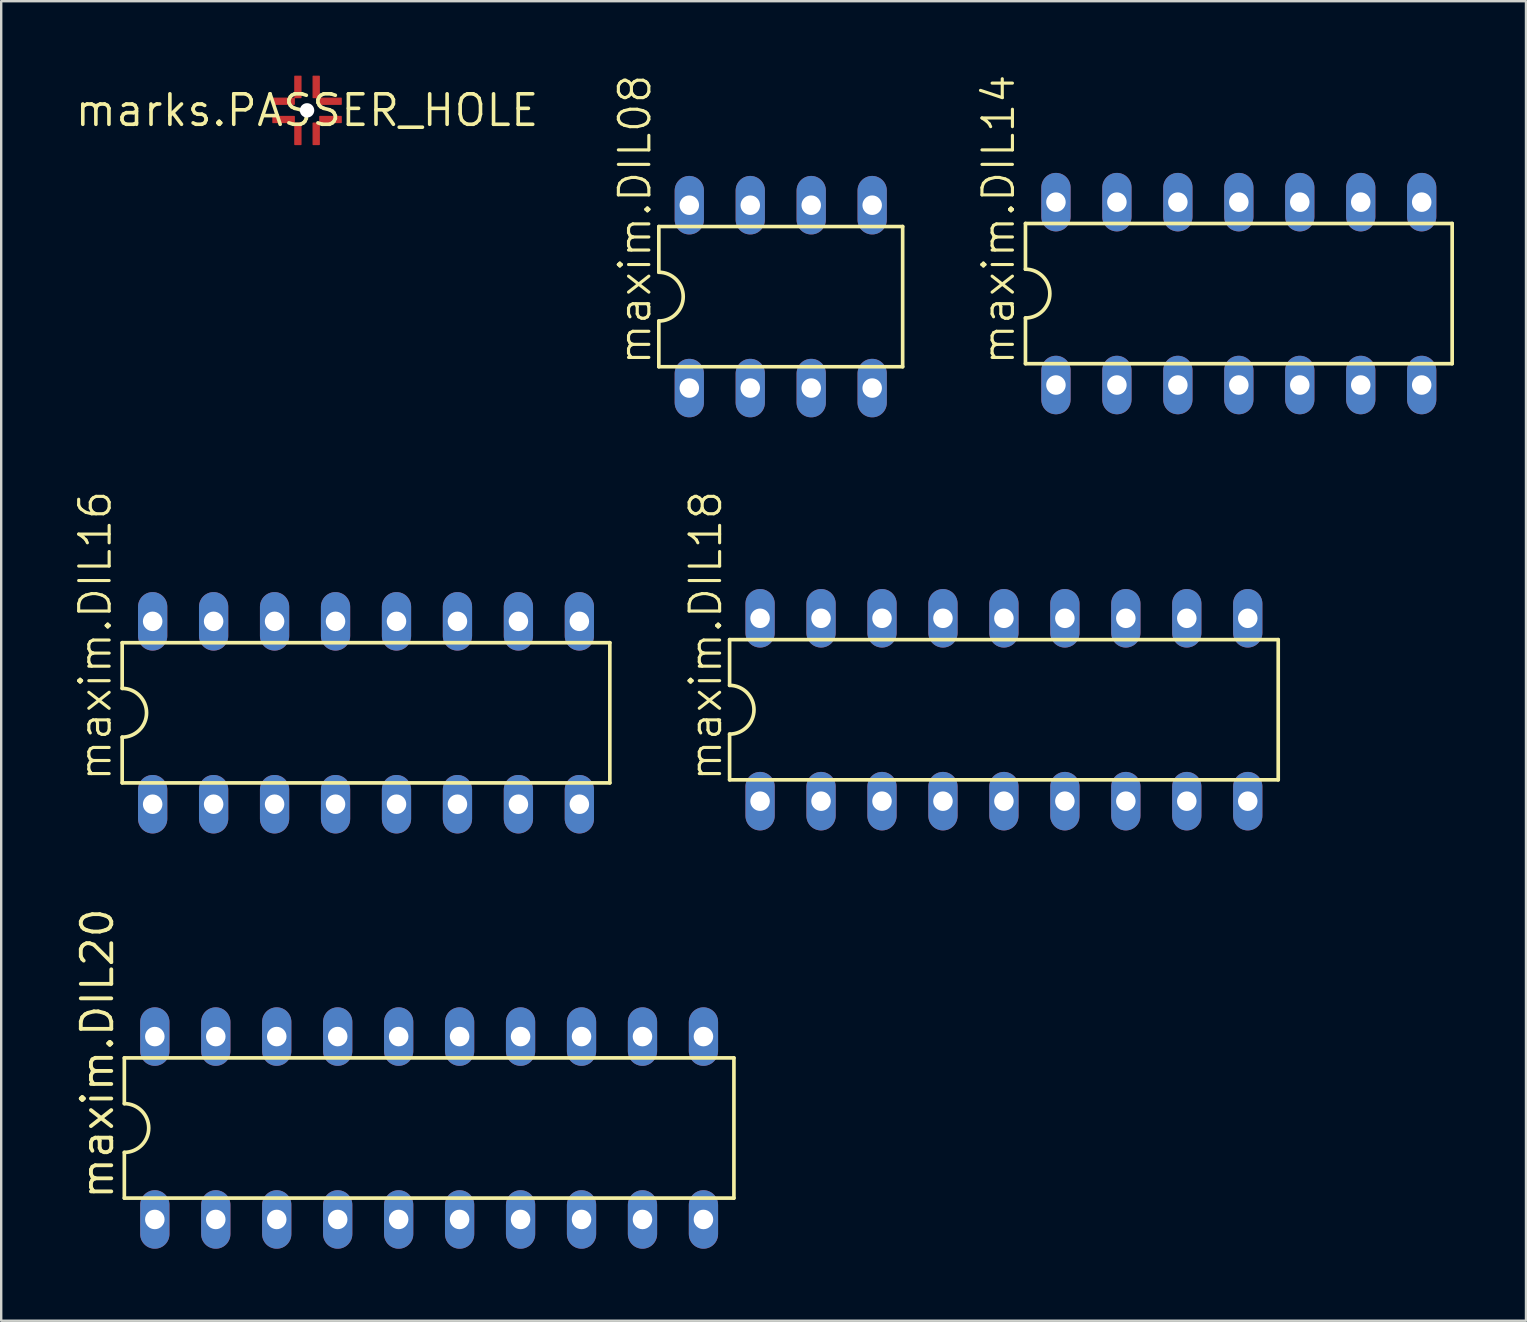
<source format=kicad_pcb>
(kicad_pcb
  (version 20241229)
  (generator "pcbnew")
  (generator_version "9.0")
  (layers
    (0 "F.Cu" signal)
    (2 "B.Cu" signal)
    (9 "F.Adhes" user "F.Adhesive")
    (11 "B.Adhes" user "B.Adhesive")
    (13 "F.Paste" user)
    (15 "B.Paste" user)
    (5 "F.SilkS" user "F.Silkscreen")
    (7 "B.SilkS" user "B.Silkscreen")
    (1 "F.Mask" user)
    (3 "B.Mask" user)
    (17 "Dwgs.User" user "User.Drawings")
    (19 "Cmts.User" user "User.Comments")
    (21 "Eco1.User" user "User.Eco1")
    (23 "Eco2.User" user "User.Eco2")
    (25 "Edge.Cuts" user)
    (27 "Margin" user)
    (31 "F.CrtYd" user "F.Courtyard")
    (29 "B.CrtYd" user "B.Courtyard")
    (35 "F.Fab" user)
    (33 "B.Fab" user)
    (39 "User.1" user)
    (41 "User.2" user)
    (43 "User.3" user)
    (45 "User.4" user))
  (footprint "maxim.DIL08"
    (layer "F.Cu")
    (at 29.482 9.31)
    (property "Reference" "maxim.DIL08" (at -5.334 2.921 90) (layer "F.SilkS") (effects (font (size 1.27 1.27) (thickness 0.13)) (justify left bottom)))
    (attr through_hole)
    (fp_line (start -5.08 -2.921) (end -5.08 -1.016) (stroke (width 0.152) (type default)) (layer "F.SilkS"))
    (fp_line (start -5.08 2.921) (end -5.08 1.016) (stroke (width 0.152) (type default)) (layer "F.SilkS"))
    (fp_line (start -5.08 2.921) (end 5.08 2.921) (stroke (width 0.152) (type default)) (layer "F.SilkS"))
    (fp_line (start 5.08 -2.921) (end -5.08 -2.921) (stroke (width 0.152) (type default)) (layer "F.SilkS"))
    (fp_line (start 5.08 -2.921) (end 5.08 2.921) (stroke (width 0.152) (type default)) (layer "F.SilkS"))
    (fp_arc (start -5.08 -1.016) (mid -4.064 0) (end -5.08 1.016) (stroke (width 0.1524) (type default)) (layer "F.SilkS"))
    (pad "1" thru_hole oval (at -3.81 3.81 90) (size 2.438 1.219) (drill 0.813) (layers "*.Cu" "*.Mask"))
    (pad "2" thru_hole oval (at -1.27 3.81 90) (size 2.438 1.219) (drill 0.813) (layers "*.Cu" "*.Mask"))
    (pad "3" thru_hole oval (at 1.27 3.81 90) (size 2.438 1.219) (drill 0.813) (layers "*.Cu" "*.Mask"))
    (pad "4" thru_hole oval (at 3.81 3.81 90) (size 2.438 1.219) (drill 0.813) (layers "*.Cu" "*.Mask"))
    (pad "5" thru_hole oval (at 3.81 -3.81 90) (size 2.438 1.219) (drill 0.813) (layers "*.Cu" "*.Mask"))
    (pad "6" thru_hole oval (at 1.27 -3.81 90) (size 2.438 1.219) (drill 0.813) (layers "*.Cu" "*.Mask"))
    (pad "7" thru_hole oval (at -1.27 -3.81 90) (size 2.438 1.219) (drill 0.813) (layers "*.Cu" "*.Mask"))
    (pad "8" thru_hole oval (at -3.81 -3.81 90) (size 2.438 1.219) (drill 0.813) (layers "*.Cu" "*.Mask")))
  (footprint "maxim.DIL16"
    (layer "F.Cu")
    (at 12.201 26.65)
    (property "Reference" "maxim.DIL16" (at -10.541 2.921 90) (layer "F.SilkS") (effects (font (size 1.27 1.27) (thickness 0.13)) (justify left bottom)))
    (attr through_hole)
    (fp_line (start -10.16 -2.921) (end -10.16 -1.016) (stroke (width 0.152) (type default)) (layer "F.SilkS"))
    (fp_line (start -10.16 2.921) (end -10.16 1.016) (stroke (width 0.152) (type default)) (layer "F.SilkS"))
    (fp_line (start -10.16 2.921) (end 10.16 2.921) (stroke (width 0.152) (type default)) (layer "F.SilkS"))
    (fp_line (start 10.16 -2.921) (end -10.16 -2.921) (stroke (width 0.152) (type default)) (layer "F.SilkS"))
    (fp_line (start 10.16 -2.921) (end 10.16 2.921) (stroke (width 0.152) (type default)) (layer "F.SilkS"))
    (fp_arc (start -10.16 -1.016) (mid -9.144 0) (end -10.16 1.016) (stroke (width 0.1524) (type default)) (layer "F.SilkS"))
    (pad "1" thru_hole oval (at -8.89 3.81 90) (size 2.438 1.219) (drill 0.813) (layers "*.Cu" "*.Mask"))
    (pad "2" thru_hole oval (at -6.35 3.81 90) (size 2.438 1.219) (drill 0.813) (layers "*.Cu" "*.Mask"))
    (pad "3" thru_hole oval (at -3.81 3.81 90) (size 2.438 1.219) (drill 0.813) (layers "*.Cu" "*.Mask"))
    (pad "4" thru_hole oval (at -1.27 3.81 90) (size 2.438 1.219) (drill 0.813) (layers "*.Cu" "*.Mask"))
    (pad "5" thru_hole oval (at 1.27 3.81 90) (size 2.438 1.219) (drill 0.813) (layers "*.Cu" "*.Mask"))
    (pad "6" thru_hole oval (at 3.81 3.81 90) (size 2.438 1.219) (drill 0.813) (layers "*.Cu" "*.Mask"))
    (pad "7" thru_hole oval (at 6.35 3.81 90) (size 2.438 1.219) (drill 0.813) (layers "*.Cu" "*.Mask"))
    (pad "8" thru_hole oval (at 8.89 3.81 90) (size 2.438 1.219) (drill 0.813) (layers "*.Cu" "*.Mask"))
    (pad "9" thru_hole oval (at 8.89 -3.81 90) (size 2.438 1.219) (drill 0.813) (layers "*.Cu" "*.Mask"))
    (pad "10" thru_hole oval (at 6.35 -3.81 90) (size 2.438 1.219) (drill 0.813) (layers "*.Cu" "*.Mask"))
    (pad "11" thru_hole oval (at 3.81 -3.81 90) (size 2.438 1.219) (drill 0.813) (layers "*.Cu" "*.Mask"))
    (pad "12" thru_hole oval (at 1.27 -3.81 90) (size 2.438 1.219) (drill 0.813) (layers "*.Cu" "*.Mask"))
    (pad "13" thru_hole oval (at -1.27 -3.81 90) (size 2.438 1.219) (drill 0.813) (layers "*.Cu" "*.Mask"))
    (pad "14" thru_hole oval (at -3.81 -3.81 90) (size 2.438 1.219) (drill 0.813) (layers "*.Cu" "*.Mask"))
    (pad "15" thru_hole oval (at -6.35 -3.81 90) (size 2.438 1.219) (drill 0.813) (layers "*.Cu" "*.Mask"))
    (pad "16" thru_hole oval (at -8.89 -3.81 90) (size 2.438 1.219) (drill 0.813) (layers "*.Cu" "*.Mask")))
  (footprint "marks.PASSER_HOLE"
    (layer "F.Cu")
    (at 9.744 1.549)
    (property "Reference" "marks.PASSER_HOLE" (at 0 0 0) (layer "F.SilkS") (effects (font (size 1.27 1.27) (thickness 0.15))))
    (fp_rect (start -1.422 -0.254) (end -0.533 -0.508) (stroke (width 0.05) (type default)) (fill yes) (layer "F.Cu"))
    (fp_rect (start -1.422 0.508) (end -0.533 0.254) (stroke (width 0.05) (type default)) (fill yes) (layer "F.Cu"))
    (fp_rect (start -0.508 -0.533) (end -0.254 -1.422) (stroke (width 0.05) (type default)) (fill yes) (layer "F.Cu"))
    (fp_rect (start -0.508 1.422) (end -0.254 0.533) (stroke (width 0.05) (type default)) (fill yes) (layer "F.Cu"))
    (fp_rect (start 0.254 -0.533) (end 0.508 -1.422) (stroke (width 0.05) (type default)) (fill yes) (layer "F.Cu"))
    (fp_rect (start 0.254 1.422) (end 0.508 0.533) (stroke (width 0.05) (type default)) (fill yes) (layer "F.Cu"))
    (fp_rect (start 0.533 -0.254) (end 1.422 -0.508) (stroke (width 0.05) (type default)) (fill yes) (layer "F.Cu"))
    (fp_rect (start 0.533 0.508) (end 1.422 0.254) (stroke (width 0.05) (type default)) (fill yes) (layer "F.Cu"))
    (fp_rect (start -1.524 1.524) (end 1.524 -1.524) (stroke (width 0.05) (type default)) (fill yes) (layer "F.Mask"))
    (pad "" np_thru_hole circle (at 0 0) (size 0.6 0.6) (drill 0.6) (layers "*.Cu" "*.Mask")))
  (footprint "maxim.DIL14"
    (layer "F.Cu")
    (at 48.569 9.183)
    (property "Reference" "maxim.DIL14" (at -9.271 3.048 90) (layer "F.SilkS") (effects (font (size 1.27 1.27) (thickness 0.13)) (justify left bottom)))
    (attr through_hole)
    (fp_line (start -8.89 -2.921) (end -8.89 -1.016) (stroke (width 0.152) (type default)) (layer "F.SilkS"))
    (fp_line (start -8.89 2.921) (end -8.89 1.016) (stroke (width 0.152) (type default)) (layer "F.SilkS"))
    (fp_line (start -8.89 2.921) (end 8.89 2.921) (stroke (width 0.152) (type default)) (layer "F.SilkS"))
    (fp_line (start 8.89 -2.921) (end -8.89 -2.921) (stroke (width 0.152) (type default)) (layer "F.SilkS"))
    (fp_line (start 8.89 -2.921) (end 8.89 2.921) (stroke (width 0.152) (type default)) (layer "F.SilkS"))
    (fp_arc (start -8.89 -1.016) (mid -7.874 0) (end -8.89 1.016) (stroke (width 0.1524) (type default)) (layer "F.SilkS"))
    (pad "1" thru_hole oval (at -7.62 3.81 90) (size 2.438 1.219) (drill 0.813) (layers "*.Cu" "*.Mask"))
    (pad "2" thru_hole oval (at -5.08 3.81 90) (size 2.438 1.219) (drill 0.813) (layers "*.Cu" "*.Mask"))
    (pad "3" thru_hole oval (at -2.54 3.81 90) (size 2.438 1.219) (drill 0.813) (layers "*.Cu" "*.Mask"))
    (pad "4" thru_hole oval (at 0 3.81 90) (size 2.438 1.219) (drill 0.813) (layers "*.Cu" "*.Mask"))
    (pad "5" thru_hole oval (at 2.54 3.81 90) (size 2.438 1.219) (drill 0.813) (layers "*.Cu" "*.Mask"))
    (pad "6" thru_hole oval (at 5.08 3.81 90) (size 2.438 1.219) (drill 0.813) (layers "*.Cu" "*.Mask"))
    (pad "7" thru_hole oval (at 7.62 3.81 90) (size 2.438 1.219) (drill 0.813) (layers "*.Cu" "*.Mask"))
    (pad "8" thru_hole oval (at 7.62 -3.81 90) (size 2.438 1.219) (drill 0.813) (layers "*.Cu" "*.Mask"))
    (pad "9" thru_hole oval (at 5.08 -3.81 90) (size 2.438 1.219) (drill 0.813) (layers "*.Cu" "*.Mask"))
    (pad "10" thru_hole oval (at 2.54 -3.81 90) (size 2.438 1.219) (drill 0.813) (layers "*.Cu" "*.Mask"))
    (pad "11" thru_hole oval (at 0 -3.81 90) (size 2.438 1.219) (drill 0.813) (layers "*.Cu" "*.Mask"))
    (pad "12" thru_hole oval (at -2.54 -3.81 90) (size 2.438 1.219) (drill 0.813) (layers "*.Cu" "*.Mask"))
    (pad "13" thru_hole oval (at -5.08 -3.81 90) (size 2.438 1.219) (drill 0.813) (layers "*.Cu" "*.Mask"))
    (pad "14" thru_hole oval (at -7.62 -3.81 90) (size 2.438 1.219) (drill 0.813) (layers "*.Cu" "*.Mask")))
  (footprint "maxim.DIL20"
    (layer "F.Cu")
    (at 14.831 43.952)
    (property "Reference" "maxim.DIL20" (at -13.081 3.048 90) (layer "F.SilkS") (effects (font (size 1.27 1.27) (thickness 0.16)) (justify left bottom)))
    (attr through_hole)
    (fp_line (start -12.7 -2.921) (end -12.7 -1.016) (stroke (width 0.152) (type default)) (layer "F.SilkS"))
    (fp_line (start -12.7 2.921) (end -12.7 1.016) (stroke (width 0.152) (type default)) (layer "F.SilkS"))
    (fp_line (start -12.7 2.921) (end 12.7 2.921) (stroke (width 0.152) (type default)) (layer "F.SilkS"))
    (fp_line (start 12.7 -2.921) (end -12.7 -2.921) (stroke (width 0.152) (type default)) (layer "F.SilkS"))
    (fp_line (start 12.7 -2.921) (end 12.7 2.921) (stroke (width 0.152) (type default)) (layer "F.SilkS"))
    (fp_arc (start -12.7 -1.016) (mid -11.684 0) (end -12.7 1.016) (stroke (width 0.1524) (type default)) (layer "F.SilkS"))
    (pad "1" thru_hole oval (at -11.43 3.81 90) (size 2.438 1.219) (drill 0.813) (layers "*.Cu" "*.Mask"))
    (pad "2" thru_hole oval (at -8.89 3.81 90) (size 2.438 1.219) (drill 0.813) (layers "*.Cu" "*.Mask"))
    (pad "3" thru_hole oval (at -6.35 3.81 90) (size 2.438 1.219) (drill 0.813) (layers "*.Cu" "*.Mask"))
    (pad "4" thru_hole oval (at -3.81 3.81 90) (size 2.438 1.219) (drill 0.813) (layers "*.Cu" "*.Mask"))
    (pad "5" thru_hole oval (at -1.27 3.81 90) (size 2.438 1.219) (drill 0.813) (layers "*.Cu" "*.Mask"))
    (pad "6" thru_hole oval (at 1.27 3.81 90) (size 2.438 1.219) (drill 0.813) (layers "*.Cu" "*.Mask"))
    (pad "7" thru_hole oval (at 3.81 3.81 90) (size 2.438 1.219) (drill 0.813) (layers "*.Cu" "*.Mask"))
    (pad "8" thru_hole oval (at 6.35 3.81 90) (size 2.438 1.219) (drill 0.813) (layers "*.Cu" "*.Mask"))
    (pad "9" thru_hole oval (at 8.89 3.81 90) (size 2.438 1.219) (drill 0.813) (layers "*.Cu" "*.Mask"))
    (pad "10" thru_hole oval (at 11.43 3.81 90) (size 2.438 1.219) (drill 0.813) (layers "*.Cu" "*.Mask"))
    (pad "11" thru_hole oval (at 11.43 -3.81 90) (size 2.438 1.219) (drill 0.813) (layers "*.Cu" "*.Mask"))
    (pad "12" thru_hole oval (at 8.89 -3.81 90) (size 2.438 1.219) (drill 0.813) (layers "*.Cu" "*.Mask"))
    (pad "13" thru_hole oval (at 6.35 -3.81 90) (size 2.438 1.219) (drill 0.813) (layers "*.Cu" "*.Mask"))
    (pad "14" thru_hole oval (at 3.81 -3.81 90) (size 2.438 1.219) (drill 0.813) (layers "*.Cu" "*.Mask"))
    (pad "15" thru_hole oval (at 1.27 -3.81 90) (size 2.438 1.219) (drill 0.813) (layers "*.Cu" "*.Mask"))
    (pad "16" thru_hole oval (at -1.27 -3.81 90) (size 2.438 1.219) (drill 0.813) (layers "*.Cu" "*.Mask"))
    (pad "17" thru_hole oval (at -3.81 -3.81 90) (size 2.438 1.219) (drill 0.813) (layers "*.Cu" "*.Mask"))
    (pad "18" thru_hole oval (at -6.35 -3.81 90) (size 2.438 1.219) (drill 0.813) (layers "*.Cu" "*.Mask"))
    (pad "19" thru_hole oval (at -8.89 -3.81 90) (size 2.438 1.219) (drill 0.813) (layers "*.Cu" "*.Mask"))
    (pad "20" thru_hole oval (at -11.43 -3.81 90) (size 2.438 1.219) (drill 0.813) (layers "*.Cu" "*.Mask")))
  (footprint "maxim.DIL18"
    (layer "F.Cu")
    (at 38.781 26.523)
    (property "Reference" "maxim.DIL18" (at -11.684 3.048 90) (layer "F.SilkS") (effects (font (size 1.27 1.27) (thickness 0.13)) (justify left bottom)))
    (attr through_hole)
    (fp_line (start -11.43 -2.921) (end -11.43 -1.016) (stroke (width 0.152) (type default)) (layer "F.SilkS"))
    (fp_line (start -11.43 2.921) (end -11.43 1.016) (stroke (width 0.152) (type default)) (layer "F.SilkS"))
    (fp_line (start -11.43 2.921) (end 11.43 2.921) (stroke (width 0.152) (type default)) (layer "F.SilkS"))
    (fp_line (start 11.43 -2.921) (end -11.43 -2.921) (stroke (width 0.152) (type default)) (layer "F.SilkS"))
    (fp_line (start 11.43 -2.921) (end 11.43 2.921) (stroke (width 0.152) (type default)) (layer "F.SilkS"))
    (fp_arc (start -11.43 -1.016) (mid -10.414 0) (end -11.43 1.016) (stroke (width 0.1524) (type default)) (layer "F.SilkS"))
    (pad "1" thru_hole oval (at -10.16 3.81 90) (size 2.438 1.219) (drill 0.813) (layers "*.Cu" "*.Mask"))
    (pad "2" thru_hole oval (at -7.62 3.81 90) (size 2.438 1.219) (drill 0.813) (layers "*.Cu" "*.Mask"))
    (pad "3" thru_hole oval (at -5.08 3.81 90) (size 2.438 1.219) (drill 0.813) (layers "*.Cu" "*.Mask"))
    (pad "4" thru_hole oval (at -2.54 3.81 90) (size 2.438 1.219) (drill 0.813) (layers "*.Cu" "*.Mask"))
    (pad "5" thru_hole oval (at 0 3.81 90) (size 2.438 1.219) (drill 0.813) (layers "*.Cu" "*.Mask"))
    (pad "6" thru_hole oval (at 2.54 3.81 90) (size 2.438 1.219) (drill 0.813) (layers "*.Cu" "*.Mask"))
    (pad "7" thru_hole oval (at 5.08 3.81 90) (size 2.438 1.219) (drill 0.813) (layers "*.Cu" "*.Mask"))
    (pad "8" thru_hole oval (at 7.62 3.81 90) (size 2.438 1.219) (drill 0.813) (layers "*.Cu" "*.Mask"))
    (pad "9" thru_hole oval (at 10.16 3.81 90) (size 2.438 1.219) (drill 0.813) (layers "*.Cu" "*.Mask"))
    (pad "10" thru_hole oval (at 10.16 -3.81 90) (size 2.438 1.219) (drill 0.813) (layers "*.Cu" "*.Mask"))
    (pad "11" thru_hole oval (at 7.62 -3.81 90) (size 2.438 1.219) (drill 0.813) (layers "*.Cu" "*.Mask"))
    (pad "12" thru_hole oval (at 5.08 -3.81 90) (size 2.438 1.219) (drill 0.813) (layers "*.Cu" "*.Mask"))
    (pad "13" thru_hole oval (at 2.54 -3.81 90) (size 2.438 1.219) (drill 0.813) (layers "*.Cu" "*.Mask"))
    (pad "14" thru_hole oval (at 0 -3.81 90) (size 2.438 1.219) (drill 0.813) (layers "*.Cu" "*.Mask"))
    (pad "15" thru_hole oval (at -2.54 -3.81 90) (size 2.438 1.219) (drill 0.813) (layers "*.Cu" "*.Mask"))
    (pad "16" thru_hole oval (at -5.08 -3.81 90) (size 2.438 1.219) (drill 0.813) (layers "*.Cu" "*.Mask"))
    (pad "17" thru_hole oval (at -7.62 -3.81 90) (size 2.438 1.219) (drill 0.813) (layers "*.Cu" "*.Mask"))
    (pad "18" thru_hole oval (at -10.16 -3.81 90) (size 2.438 1.219) (drill 0.813) (layers "*.Cu" "*.Mask")))
  (gr_rect
    (start -3 -3)
    (end 60.535 51.981)
    (stroke (width 0.1) (type default))
    (fill no)
    (layer "Edge.Cuts")))
</source>
